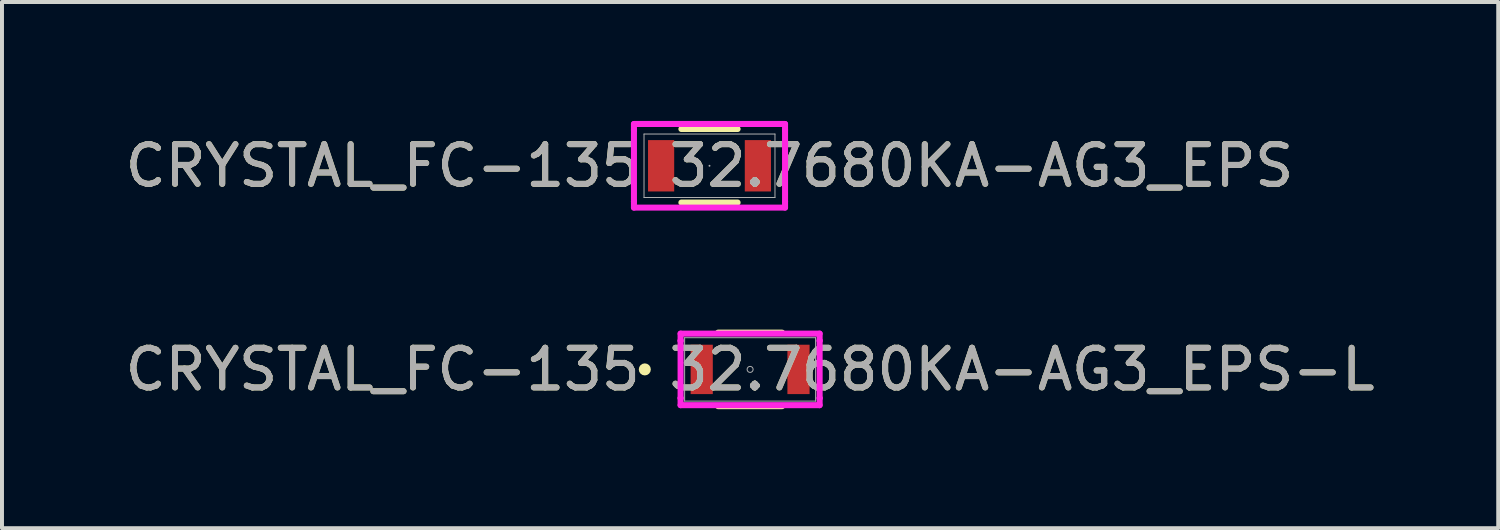
<source format=kicad_pcb>
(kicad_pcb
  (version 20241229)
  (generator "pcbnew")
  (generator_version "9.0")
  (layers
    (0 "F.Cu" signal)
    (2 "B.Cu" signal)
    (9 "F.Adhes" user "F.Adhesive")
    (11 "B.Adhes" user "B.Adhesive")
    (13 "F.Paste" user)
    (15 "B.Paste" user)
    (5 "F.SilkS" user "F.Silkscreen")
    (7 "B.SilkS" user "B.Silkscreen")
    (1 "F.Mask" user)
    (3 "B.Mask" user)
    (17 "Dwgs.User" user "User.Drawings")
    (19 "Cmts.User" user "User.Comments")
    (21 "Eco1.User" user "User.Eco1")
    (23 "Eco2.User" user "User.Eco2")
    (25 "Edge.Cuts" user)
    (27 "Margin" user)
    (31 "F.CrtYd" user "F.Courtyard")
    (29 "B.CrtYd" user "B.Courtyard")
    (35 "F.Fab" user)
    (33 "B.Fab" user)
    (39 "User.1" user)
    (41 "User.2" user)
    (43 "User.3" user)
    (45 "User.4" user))
  (footprint "CRYSTAL_FC-135 32.7680KA-AG3_EPS"
    (layer "F.Cu")
    (at 14.839 1.13)
    (property "Reference" "CRYSTAL_FC-135 32.7680KA-AG3_EPS" (at 0 0 0) (unlocked yes) (layer "F.SilkS") (effects (font (size 1 1) (thickness 0.15))))
    (attr smd)
    (fp_line (start -0.709 0.927) (end 0.709 0.927) (stroke (width 0.152) (type solid)) (layer "F.SilkS"))
    (fp_line (start 0.709 -0.927) (end -0.709 -0.927) (stroke (width 0.152) (type solid)) (layer "F.SilkS"))
    (fp_line (start -1.905 -1.054) (end 1.905 -1.054) (stroke (width 0.152) (type solid)) (layer "F.CrtYd"))
    (fp_line (start -1.905 -0.902) (end -1.905 -1.054) (stroke (width 0.152) (type solid)) (layer "F.CrtYd"))
    (fp_line (start -1.905 -0.902) (end -1.905 -0.902) (stroke (width 0.152) (type solid)) (layer "F.CrtYd"))
    (fp_line (start -1.905 0.902) (end -1.905 -0.902) (stroke (width 0.152) (type solid)) (layer "F.CrtYd"))
    (fp_line (start -1.905 0.902) (end -1.905 0.902) (stroke (width 0.152) (type solid)) (layer "F.CrtYd"))
    (fp_line (start -1.905 1.054) (end -1.905 0.902) (stroke (width 0.152) (type solid)) (layer "F.CrtYd"))
    (fp_line (start 1.905 -1.054) (end 1.905 -0.902) (stroke (width 0.152) (type solid)) (layer "F.CrtYd"))
    (fp_line (start 1.905 -0.902) (end 1.905 -0.902) (stroke (width 0.152) (type solid)) (layer "F.CrtYd"))
    (fp_line (start 1.905 -0.902) (end 1.905 0.902) (stroke (width 0.152) (type solid)) (layer "F.CrtYd"))
    (fp_line (start 1.905 0.902) (end 1.905 0.902) (stroke (width 0.152) (type solid)) (layer "F.CrtYd"))
    (fp_line (start 1.905 0.902) (end 1.905 1.054) (stroke (width 0.152) (type solid)) (layer "F.CrtYd"))
    (fp_line (start 1.905 1.054) (end -1.905 1.054) (stroke (width 0.152) (type solid)) (layer "F.CrtYd"))
    (fp_line (start -1.651 -0.8) (end -1.651 0.8) (stroke (width 0.025) (type solid)) (layer "F.Fab"))
    (fp_line (start -1.651 0.8) (end 1.651 0.8) (stroke (width 0.025) (type solid)) (layer "F.Fab"))
    (fp_line (start 1.651 -0.8) (end -1.651 -0.8) (stroke (width 0.025) (type solid)) (layer "F.Fab"))
    (fp_line (start 1.651 0.8) (end 1.651 -0.8) (stroke (width 0.025) (type solid)) (layer "F.Fab"))
    (fp_circle (center 0 0) (end 0 0) (stroke (width 0.025) (type solid)) (fill no) (layer "F.Fab"))
    (fp_text user "${REFERENCE}" (at 0 0 0) (unlocked yes) (layer "F.Fab") (effects (font (size 1 1) (thickness 0.15))))
    (pad "1" smd rect (at -1.22 0) (size 0.66 1.295) (layers "F.Cu" "F.Mask" "F.Paste"))
    (pad "2" smd rect (at 1.22 0) (size 0.66 1.295) (layers "F.Cu" "F.Mask" "F.Paste")))
  (footprint "CRYSTAL_FC-135 32.7680KA-AG3_EPS-L"
    (layer "F.Cu")
    (at 15.863 6.264)
    (property "Reference" "CRYSTAL_FC-135 32.7680KA-AG3_EPS-L" (at 0 0 0) (unlocked yes) (layer "F.SilkS") (effects (font (size 1 1) (thickness 0.15))))
    (attr smd)
    (fp_line (start -0.807 0.927) (end 0.807 0.927) (stroke (width 0.152) (type solid)) (layer "F.SilkS"))
    (fp_line (start 0.807 -0.927) (end -0.807 -0.927) (stroke (width 0.152) (type solid)) (layer "F.SilkS"))
    (fp_circle (center -2.655 0) (end -2.579 0) (stroke (width 0.152) (type solid)) (fill no) (layer "F.SilkS"))
    (fp_line (start -1.753 -0.902) (end 1.753 -0.902) (stroke (width 0.152) (type solid)) (layer "F.CrtYd"))
    (fp_line (start -1.753 -0.724) (end -1.753 -0.902) (stroke (width 0.152) (type solid)) (layer "F.CrtYd"))
    (fp_line (start -1.753 -0.724) (end -1.753 -0.724) (stroke (width 0.152) (type solid)) (layer "F.CrtYd"))
    (fp_line (start -1.753 0.724) (end -1.753 -0.724) (stroke (width 0.152) (type solid)) (layer "F.CrtYd"))
    (fp_line (start -1.753 0.724) (end -1.753 0.724) (stroke (width 0.152) (type solid)) (layer "F.CrtYd"))
    (fp_line (start -1.753 0.902) (end -1.753 0.724) (stroke (width 0.152) (type solid)) (layer "F.CrtYd"))
    (fp_line (start 1.753 -0.902) (end 1.753 -0.724) (stroke (width 0.152) (type solid)) (layer "F.CrtYd"))
    (fp_line (start 1.753 -0.724) (end 1.753 -0.724) (stroke (width 0.152) (type solid)) (layer "F.CrtYd"))
    (fp_line (start 1.753 -0.724) (end 1.753 0.724) (stroke (width 0.152) (type solid)) (layer "F.CrtYd"))
    (fp_line (start 1.753 0.724) (end 1.753 0.724) (stroke (width 0.152) (type solid)) (layer "F.CrtYd"))
    (fp_line (start 1.753 0.724) (end 1.753 0.902) (stroke (width 0.152) (type solid)) (layer "F.CrtYd"))
    (fp_line (start 1.753 0.902) (end -1.753 0.902) (stroke (width 0.152) (type solid)) (layer "F.CrtYd"))
    (fp_line (start -1.651 -0.8) (end -1.651 0.8) (stroke (width 0.025) (type solid)) (layer "F.Fab"))
    (fp_line (start -1.651 0.8) (end 1.651 0.8) (stroke (width 0.025) (type solid)) (layer "F.Fab"))
    (fp_line (start 1.651 -0.8) (end -1.651 -0.8) (stroke (width 0.025) (type solid)) (layer "F.Fab"))
    (fp_line (start 1.651 0.8) (end 1.651 -0.8) (stroke (width 0.025) (type solid)) (layer "F.Fab"))
    (fp_circle (center 0 0) (end 0.076 0) (stroke (width 0.025) (type solid)) (fill no) (layer "F.Fab"))
    (fp_text user "${REFERENCE}" (at 0 0 0) (unlocked yes) (layer "F.Fab") (effects (font (size 1 1) (thickness 0.15))))
    (pad "1" smd rect (at -1.22 0) (size 0.559 1.245) (layers "F.Cu" "F.Mask" "F.Paste"))
    (pad "2" smd rect (at 1.22 0) (size 0.559 1.245) (layers "F.Cu" "F.Mask" "F.Paste")))
  (gr_rect
    (start -3 -3)
    (end 34.726 10.267)
    (stroke (width 0.1) (type default))
    (fill no)
    (layer "Edge.Cuts")))
</source>
